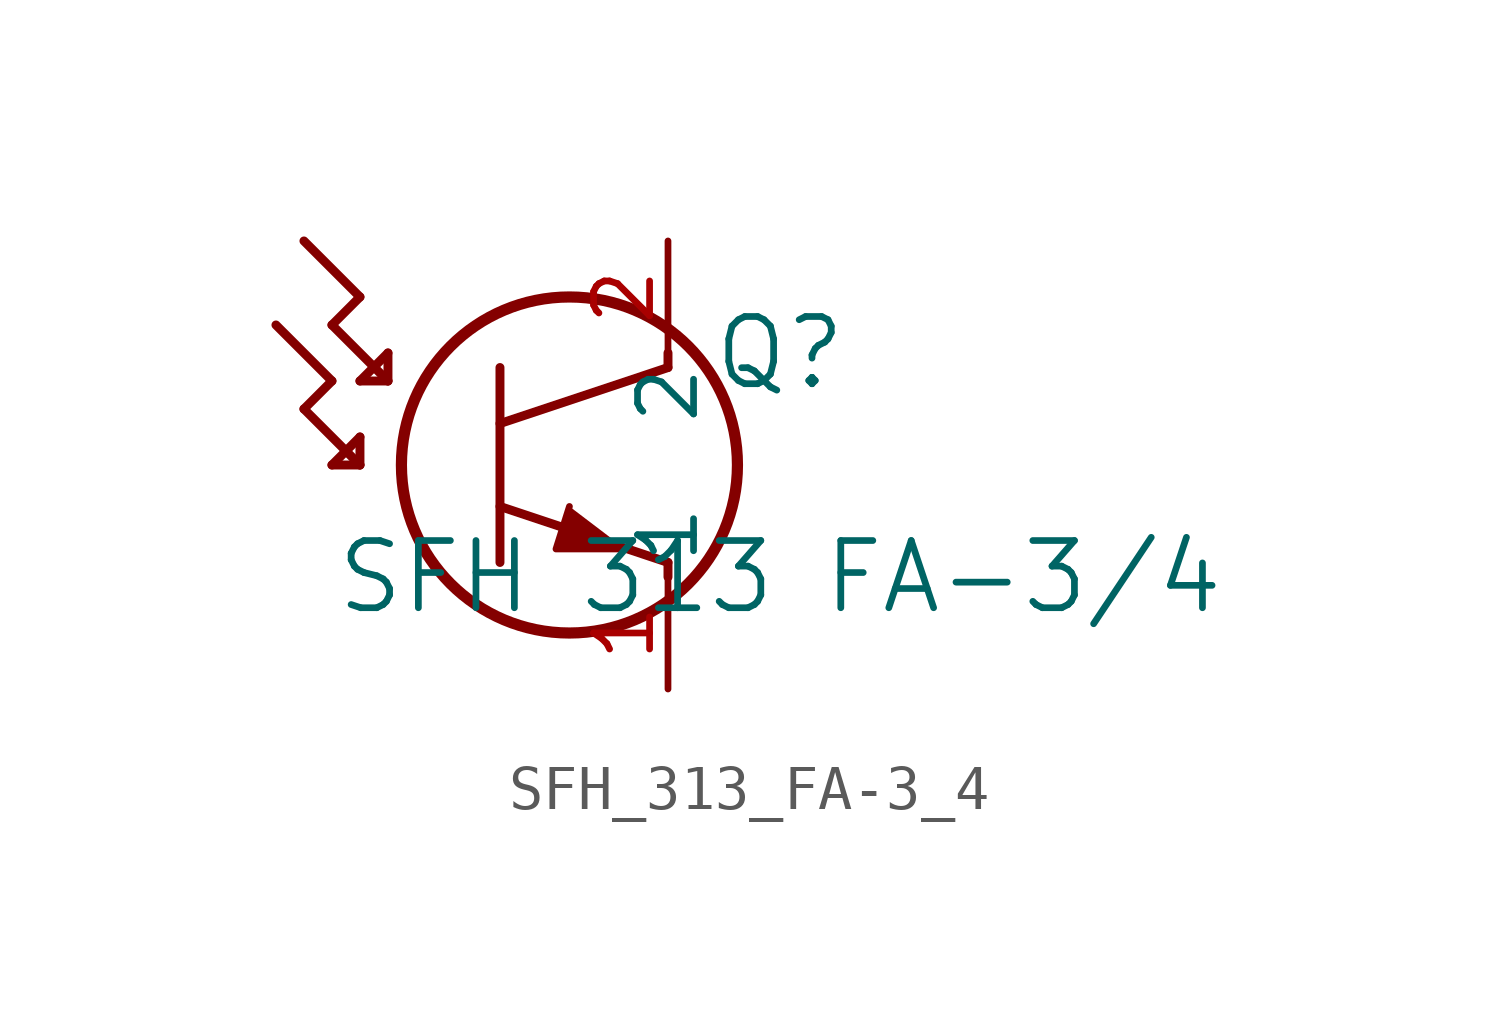
<source format=kicad_sym>
(kicad_symbol_lib
  (version 20211014)
  (generator kicad_symbol_editor)
  (symbol "SFH_313_FA-3_4"
    (pin_names
      (offset 0.254))
    (property "Reference" "Q"
      (at 2.54 -2.54 0)
      (effects (font (size 1.524 1.524))))
    (property "Value" "SFH 313 FA-3/4"
      (at 2.54 -7.62 0)
      (effects (font (size 1.524 1.524))))
    (symbol "SFH_313_FA-3_4_0_1"
      (polyline (pts (xy -6.985 -1.27) (xy -7.62 -1.905)) (stroke (width 0.203) (type default) (color 0 0 0 0)) (fill (type none)))
      (circle (center -2.235 -5.08) (radius 3.81) (stroke (width 0.254) (type default) (color 0 0 0 0)) (fill (type none)))
      (polyline (pts (xy -3.81 -7.29) (xy -3.81 -2.87)) (stroke (width 0.203) (type default) (color 0 0 0 0)) (fill (type none)))
      (polyline (pts (xy -3.81 -4.14) (xy 0 -2.87)) (stroke (width 0.203) (type default) (color 0 0 0 0)) (fill (type none)))
      (polyline (pts (xy -3.81 -6.02) (xy 0 -7.29)) (stroke (width 0.203) (type default) (color 0 0 0 0)) (fill (type none)))
      (polyline (pts (xy 0 -7.62) (xy 0 -7.29)) (stroke (width 0.203) (type default) (color 0 0 0 0)) (fill (type none)))
      (polyline (pts (xy 0 -2.87) (xy 0 -2.54)) (stroke (width 0.203) (type default) (color 0 0 0 0)) (fill (type none)))
      (polyline (pts (xy -7.62 -1.905) (xy -6.35 -3.175)) (stroke (width 0.203) (type default) (color 0 0 0 0)) (fill (type none)))
      (polyline (pts (xy -2.235 -6.02) (xy -2.54 -6.985) (xy -0.965 -6.985)) (stroke (width 0) (type default) (color 0 0 0 0)) (fill (type outline)))
      (polyline (pts (xy -7.62 -3.175) (xy -8.255 -3.81)) (stroke (width 0.203) (type default) (color 0 0 0 0)) (fill (type none)))
      (polyline (pts (xy -8.255 -3.81) (xy -6.985 -5.08)) (stroke (width 0.203) (type default) (color 0 0 0 0)) (fill (type none)))
      (polyline (pts (xy -6.35 -3.175) (xy -6.35 -2.54)) (stroke (width 0.203) (type default) (color 0 0 0 0)) (fill (type none)))
      (polyline (pts (xy -6.35 -2.54) (xy -6.985 -3.175)) (stroke (width 0.203) (type default) (color 0 0 0 0)) (fill (type none)))
      (polyline (pts (xy -6.985 -3.175) (xy -6.35 -3.175)) (stroke (width 0.203) (type default) (color 0 0 0 0)) (fill (type none)))
      (polyline (pts (xy -6.985 -5.08) (xy -6.985 -4.445)) (stroke (width 0.203) (type default) (color 0 0 0 0)) (fill (type none)))
      (polyline (pts (xy -6.985 -4.445) (xy -7.62 -5.08)) (stroke (width 0.203) (type default) (color 0 0 0 0)) (fill (type none)))
      (polyline (pts (xy -7.62 -5.08) (xy -6.985 -5.08)) (stroke (width 0.203) (type default) (color 0 0 0 0)) (fill (type none)))
      (polyline (pts (xy -8.89 -1.905) (xy -7.62 -3.175)) (stroke (width 0.203) (type default) (color 0 0 0 0)) (fill (type none)))
      (polyline (pts (xy -8.255 0) (xy -6.985 -1.27)) (stroke (width 0.203) (type default) (color 0 0 0 0)) (fill (type none)))
      (pin unspecified line (at 0 -10.16 90) (length 2.54) (name "1" (effects (font (size 1.27 1.27)))) (number "1" (effects (font (size 1.27 1.27)))))
      (pin unspecified line (at 0 0 270) (length 2.54) (name "2" (effects (font (size 1.27 1.27)))) (number "2" (effects (font (size 1.27 1.27))))))))
</source>
